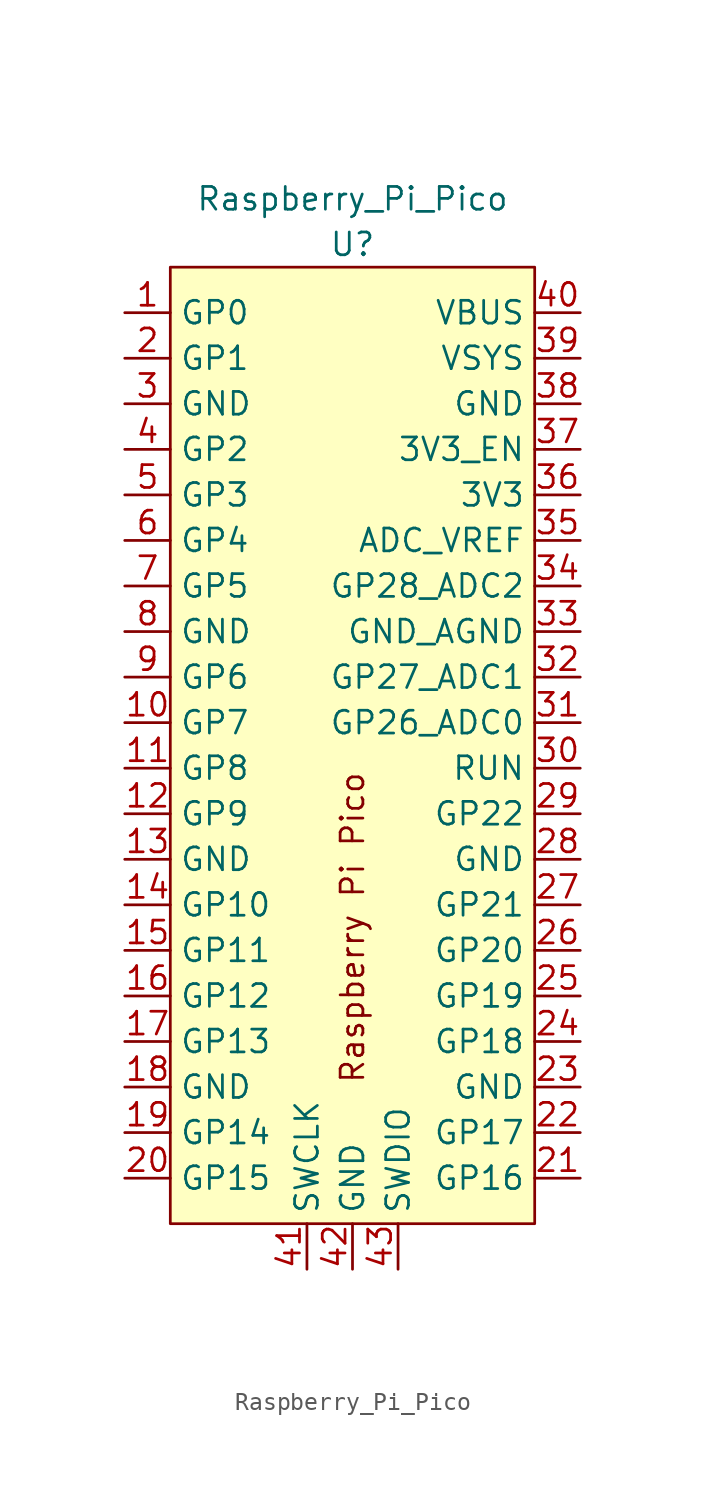
<source format=kicad_sym>
(kicad_symbol_lib
  (version 20211014)
  (generator kicad_symbol_editor)
  (symbol "Raspberry_Pi_Pico"
    (property "Reference" "U"
      (at 0 27.94 0)
      (effects (font (size 1.27 1.27))))
    (property "Value" "Raspberry_Pi_Pico"
      (at 0 30.48 0)
      (effects (font (size 1.27 1.27))))
    (symbol "Raspberry_Pi_Pico_0_0"
      (text "Raspberry Pi Pico" (at 0 -10.16 900) (effects (font (size 1.27 1.27)))))
    (symbol "Raspberry_Pi_Pico_0_1"
      (rectangle (start -10.16 26.67) (end 10.16 -26.67) (stroke (width 0) (type default) (color 0 0 0 0)) (fill (type background))))
    (symbol "Raspberry_Pi_Pico_1_1"
      (pin bidirectional line (at -12.7 24.13 0) (length 2.54) (name "GP0" (effects (font (size 1.27 1.27)))) (number "1" (effects (font (size 1.27 1.27)))))
      (pin bidirectional line (at -12.7 1.27 0) (length 2.54) (name "GP7" (effects (font (size 1.27 1.27)))) (number "10" (effects (font (size 1.27 1.27)))))
      (pin bidirectional line (at -12.7 -1.27 0) (length 2.54) (name "GP8" (effects (font (size 1.27 1.27)))) (number "11" (effects (font (size 1.27 1.27)))))
      (pin bidirectional line (at -12.7 -3.81 0) (length 2.54) (name "GP9" (effects (font (size 1.27 1.27)))) (number "12" (effects (font (size 1.27 1.27)))))
      (pin power_in line (at -12.7 -6.35 0) (length 2.54) (name "GND" (effects (font (size 1.27 1.27)))) (number "13" (effects (font (size 1.27 1.27)))))
      (pin bidirectional line (at -12.7 -8.89 0) (length 2.54) (name "GP10" (effects (font (size 1.27 1.27)))) (number "14" (effects (font (size 1.27 1.27)))))
      (pin bidirectional line (at -12.7 -11.43 0) (length 2.54) (name "GP11" (effects (font (size 1.27 1.27)))) (number "15" (effects (font (size 1.27 1.27)))))
      (pin bidirectional line (at -12.7 -13.97 0) (length 2.54) (name "GP12" (effects (font (size 1.27 1.27)))) (number "16" (effects (font (size 1.27 1.27)))))
      (pin bidirectional line (at -12.7 -16.51 0) (length 2.54) (name "GP13" (effects (font (size 1.27 1.27)))) (number "17" (effects (font (size 1.27 1.27)))))
      (pin power_in line (at -12.7 -19.05 0) (length 2.54) (name "GND" (effects (font (size 1.27 1.27)))) (number "18" (effects (font (size 1.27 1.27)))))
      (pin bidirectional line (at -12.7 -21.59 0) (length 2.54) (name "GP14" (effects (font (size 1.27 1.27)))) (number "19" (effects (font (size 1.27 1.27)))))
      (pin bidirectional line (at -12.7 21.59 0) (length 2.54) (name "GP1" (effects (font (size 1.27 1.27)))) (number "2" (effects (font (size 1.27 1.27)))))
      (pin bidirectional line (at -12.7 -24.13 0) (length 2.54) (name "GP15" (effects (font (size 1.27 1.27)))) (number "20" (effects (font (size 1.27 1.27)))))
      (pin bidirectional line (at 12.7 -24.13 180) (length 2.54) (name "GP16" (effects (font (size 1.27 1.27)))) (number "21" (effects (font (size 1.27 1.27)))))
      (pin bidirectional line (at 12.7 -21.59 180) (length 2.54) (name "GP17" (effects (font (size 1.27 1.27)))) (number "22" (effects (font (size 1.27 1.27)))))
      (pin power_in line (at 12.7 -19.05 180) (length 2.54) (name "GND" (effects (font (size 1.27 1.27)))) (number "23" (effects (font (size 1.27 1.27)))))
      (pin bidirectional line (at 12.7 -16.51 180) (length 2.54) (name "GP18" (effects (font (size 1.27 1.27)))) (number "24" (effects (font (size 1.27 1.27)))))
      (pin bidirectional line (at 12.7 -13.97 180) (length 2.54) (name "GP19" (effects (font (size 1.27 1.27)))) (number "25" (effects (font (size 1.27 1.27)))))
      (pin bidirectional line (at 12.7 -11.43 180) (length 2.54) (name "GP20" (effects (font (size 1.27 1.27)))) (number "26" (effects (font (size 1.27 1.27)))))
      (pin bidirectional line (at 12.7 -8.89 180) (length 2.54) (name "GP21" (effects (font (size 1.27 1.27)))) (number "27" (effects (font (size 1.27 1.27)))))
      (pin power_in line (at 12.7 -6.35 180) (length 2.54) (name "GND" (effects (font (size 1.27 1.27)))) (number "28" (effects (font (size 1.27 1.27)))))
      (pin bidirectional line (at 12.7 -3.81 180) (length 2.54) (name "GP22" (effects (font (size 1.27 1.27)))) (number "29" (effects (font (size 1.27 1.27)))))
      (pin power_in line (at -12.7 19.05 0) (length 2.54) (name "GND" (effects (font (size 1.27 1.27)))) (number "3" (effects (font (size 1.27 1.27)))))
      (pin input line (at 12.7 -1.27 180) (length 2.54) (name "RUN" (effects (font (size 1.27 1.27)))) (number "30" (effects (font (size 1.27 1.27)))))
      (pin bidirectional line (at 12.7 1.27 180) (length 2.54) (name "GP26_ADC0" (effects (font (size 1.27 1.27)))) (number "31" (effects (font (size 1.27 1.27)))))
      (pin bidirectional line (at 12.7 3.81 180) (length 2.54) (name "GP27_ADC1" (effects (font (size 1.27 1.27)))) (number "32" (effects (font (size 1.27 1.27)))))
      (pin power_in line (at 12.7 6.35 180) (length 2.54) (name "GND_AGND" (effects (font (size 1.27 1.27)))) (number "33" (effects (font (size 1.27 1.27)))))
      (pin bidirectional line (at 12.7 8.89 180) (length 2.54) (name "GP28_ADC2" (effects (font (size 1.27 1.27)))) (number "34" (effects (font (size 1.27 1.27)))))
      (pin input line (at 12.7 11.43 180) (length 2.54) (name "ADC_VREF" (effects (font (size 1.27 1.27)))) (number "35" (effects (font (size 1.27 1.27)))))
      (pin power_in line (at 12.7 13.97 180) (length 2.54) (name "3V3" (effects (font (size 1.27 1.27)))) (number "36" (effects (font (size 1.27 1.27)))))
      (pin input line (at 12.7 16.51 180) (length 2.54) (name "3V3_EN" (effects (font (size 1.27 1.27)))) (number "37" (effects (font (size 1.27 1.27)))))
      (pin power_in line (at 12.7 19.05 180) (length 2.54) (name "GND" (effects (font (size 1.27 1.27)))) (number "38" (effects (font (size 1.27 1.27)))))
      (pin power_in line (at 12.7 21.59 180) (length 2.54) (name "VSYS" (effects (font (size 1.27 1.27)))) (number "39" (effects (font (size 1.27 1.27)))))
      (pin bidirectional line (at -12.7 16.51 0) (length 2.54) (name "GP2" (effects (font (size 1.27 1.27)))) (number "4" (effects (font (size 1.27 1.27)))))
      (pin power_in line (at 12.7 24.13 180) (length 2.54) (name "VBUS" (effects (font (size 1.27 1.27)))) (number "40" (effects (font (size 1.27 1.27)))))
      (pin bidirectional line (at -2.54 -29.21 90) (length 2.54) (name "SWCLK" (effects (font (size 1.27 1.27)))) (number "41" (effects (font (size 1.27 1.27)))))
      (pin power_in line (at 0 -29.21 90) (length 2.54) (name "GND" (effects (font (size 1.27 1.27)))) (number "42" (effects (font (size 1.27 1.27)))))
      (pin bidirectional line (at 2.54 -29.21 90) (length 2.54) (name "SWDIO" (effects (font (size 1.27 1.27)))) (number "43" (effects (font (size 1.27 1.27)))))
      (pin bidirectional line (at -12.7 13.97 0) (length 2.54) (name "GP3" (effects (font (size 1.27 1.27)))) (number "5" (effects (font (size 1.27 1.27)))))
      (pin bidirectional line (at -12.7 11.43 0) (length 2.54) (name "GP4" (effects (font (size 1.27 1.27)))) (number "6" (effects (font (size 1.27 1.27)))))
      (pin bidirectional line (at -12.7 8.89 0) (length 2.54) (name "GP5" (effects (font (size 1.27 1.27)))) (number "7" (effects (font (size 1.27 1.27)))))
      (pin power_in line (at -12.7 6.35 0) (length 2.54) (name "GND" (effects (font (size 1.27 1.27)))) (number "8" (effects (font (size 1.27 1.27)))))
      (pin bidirectional line (at -12.7 3.81 0) (length 2.54) (name "GP6" (effects (font (size 1.27 1.27)))) (number "9" (effects (font (size 1.27 1.27))))))))
</source>
